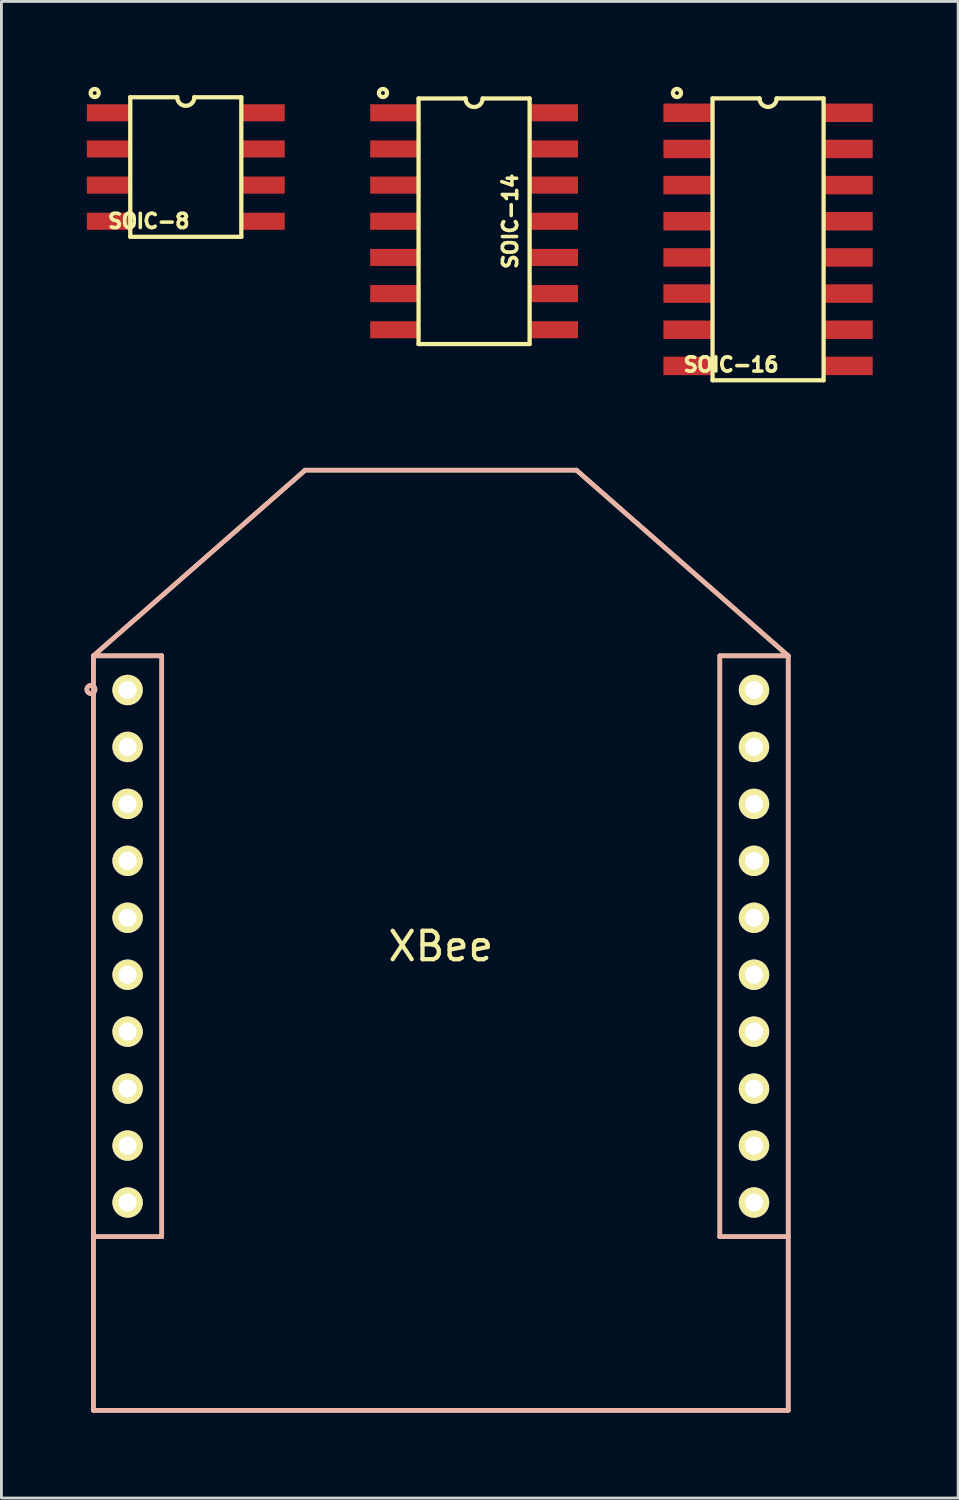
<source format=kicad_pcb>
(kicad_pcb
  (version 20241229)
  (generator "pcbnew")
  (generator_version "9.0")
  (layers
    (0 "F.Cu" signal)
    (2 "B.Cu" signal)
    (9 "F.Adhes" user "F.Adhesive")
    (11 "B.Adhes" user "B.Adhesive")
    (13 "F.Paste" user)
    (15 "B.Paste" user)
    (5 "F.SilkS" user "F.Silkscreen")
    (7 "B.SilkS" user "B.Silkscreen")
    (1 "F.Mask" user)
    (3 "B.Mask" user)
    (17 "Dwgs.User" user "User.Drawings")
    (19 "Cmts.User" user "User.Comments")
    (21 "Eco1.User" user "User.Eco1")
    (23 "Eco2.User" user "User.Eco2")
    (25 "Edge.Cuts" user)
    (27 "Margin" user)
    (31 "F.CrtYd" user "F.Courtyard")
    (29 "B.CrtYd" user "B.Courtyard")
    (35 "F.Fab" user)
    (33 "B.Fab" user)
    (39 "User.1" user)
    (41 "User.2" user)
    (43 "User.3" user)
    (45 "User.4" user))
  (footprint "SOIC-14"
    (layer "F.Cu")
    (at 13.6 4.721)
    (property "Reference" "SOIC-14" (at 1.27 0 90) (layer "F.SilkS") (effects (font (size 0.5 0.5) (thickness 0.125))))
    (attr smd)
    (fp_line (start -1.95 -4.312) (end -1.95 4.312) (stroke (width 0.15) (type solid)) (layer "F.SilkS"))
    (fp_line (start -1.95 4.312) (end 1.95 4.312) (stroke (width 0.15) (type solid)) (layer "F.SilkS"))
    (fp_line (start -0.3 -4.312) (end -1.95 -4.312) (stroke (width 0.15) (type solid)) (layer "F.SilkS"))
    (fp_line (start 0.3 -4.312) (end 1.95 -4.312) (stroke (width 0.15) (type solid)) (layer "F.SilkS"))
    (fp_line (start 1.95 4.312) (end 1.95 -4.312) (stroke (width 0.15) (type solid)) (layer "F.SilkS"))
    (fp_arc (start 0.3 -4.3125) (mid 0 -4.0125) (end -0.3 -4.3125) (stroke (width 0.15) (type solid)) (layer "F.SilkS"))
    (fp_circle (center -3.2 -4.505) (end -3.1 -4.405) (stroke (width 0.15) (type solid)) (fill no) (layer "F.SilkS"))
    (pad "1" smd rect (at -2.8 -3.81) (size 1.7 0.6) (layers "F.Cu" "F.Mask" "F.Paste"))
    (pad "2" smd rect (at -2.8 -2.54) (size 1.7 0.6) (layers "F.Cu" "F.Mask" "F.Paste"))
    (pad "3" smd rect (at -2.8 -1.27) (size 1.7 0.6) (layers "F.Cu" "F.Mask" "F.Paste"))
    (pad "4" smd rect (at -2.8 0) (size 1.7 0.6) (layers "F.Cu" "F.Mask" "F.Paste"))
    (pad "5" smd rect (at -2.8 1.27) (size 1.7 0.6) (layers "F.Cu" "F.Mask" "F.Paste"))
    (pad "6" smd rect (at -2.8 2.54) (size 1.7 0.6) (layers "F.Cu" "F.Mask" "F.Paste"))
    (pad "7" smd rect (at -2.8 3.81) (size 1.7 0.6) (layers "F.Cu" "F.Mask" "F.Paste"))
    (pad "8" smd rect (at 2.8 3.81) (size 1.7 0.6) (layers "F.Cu" "F.Mask" "F.Paste"))
    (pad "9" smd rect (at 2.8 2.54) (size 1.7 0.6) (layers "F.Cu" "F.Mask" "F.Paste"))
    (pad "10" smd rect (at 2.8 1.27) (size 1.7 0.6) (layers "F.Cu" "F.Mask" "F.Paste"))
    (pad "11" smd rect (at 2.8 0) (size 1.7 0.6) (layers "F.Cu" "F.Mask" "F.Paste"))
    (pad "12" smd rect (at 2.8 -1.27) (size 1.7 0.6) (layers "F.Cu" "F.Mask" "F.Paste"))
    (pad "13" smd rect (at 2.8 -2.54) (size 1.7 0.6) (layers "F.Cu" "F.Mask" "F.Paste"))
    (pad "14" smd rect (at 2.8 -3.81) (size 1.7 0.6) (layers "F.Cu" "F.Mask" "F.Paste")))
  (footprint "SOIC-16"
    (layer "F.Cu")
    (at 23.925 5.356)
    (property "Reference" "SOIC-16" (at -1.3 4.4 0) (layer "F.SilkS") (effects (font (size 0.5 0.5) (thickness 0.125))))
    (attr smd)
    (fp_line (start -1.95 -4.95) (end -1.95 4.95) (stroke (width 0.15) (type solid)) (layer "F.SilkS"))
    (fp_line (start -1.95 4.95) (end 1.95 4.95) (stroke (width 0.15) (type solid)) (layer "F.SilkS"))
    (fp_line (start -0.3 -4.95) (end -1.95 -4.95) (stroke (width 0.15) (type solid)) (layer "F.SilkS"))
    (fp_line (start 0.3 -4.95) (end 1.95 -4.95) (stroke (width 0.15) (type solid)) (layer "F.SilkS"))
    (fp_line (start 1.95 4.95) (end 1.95 -4.95) (stroke (width 0.15) (type solid)) (layer "F.SilkS"))
    (fp_arc (start 0.3 -4.95) (mid 0 -4.65) (end -0.3 -4.95) (stroke (width 0.15) (type solid)) (layer "F.SilkS"))
    (fp_circle (center -3.2 -5.14) (end -3.1 -5.04) (stroke (width 0.15) (type solid)) (fill no) (layer "F.SilkS"))
    (pad "1" smd rect (at -2.8 -4.445) (size 1.75 0.65) (layers "F.Cu" "F.Mask" "F.Paste"))
    (pad "2" smd rect (at -2.8 -3.175) (size 1.75 0.65) (layers "F.Cu" "F.Mask" "F.Paste"))
    (pad "3" smd rect (at -2.8 -1.905) (size 1.75 0.65) (layers "F.Cu" "F.Mask" "F.Paste"))
    (pad "4" smd rect (at -2.8 -0.635) (size 1.75 0.65) (layers "F.Cu" "F.Mask" "F.Paste"))
    (pad "5" smd rect (at -2.8 0.635) (size 1.75 0.65) (layers "F.Cu" "F.Mask" "F.Paste"))
    (pad "6" smd rect (at -2.8 1.905) (size 1.75 0.65) (layers "F.Cu" "F.Mask" "F.Paste"))
    (pad "7" smd rect (at -2.8 3.175) (size 1.75 0.65) (layers "F.Cu" "F.Mask" "F.Paste"))
    (pad "8" smd rect (at -2.8 4.445) (size 1.75 0.65) (layers "F.Cu" "F.Mask" "F.Paste"))
    (pad "9" smd rect (at 2.8 4.445) (size 1.75 0.65) (layers "F.Cu" "F.Mask" "F.Paste"))
    (pad "10" smd rect (at 2.8 3.175) (size 1.75 0.65) (layers "F.Cu" "F.Mask" "F.Paste"))
    (pad "11" smd rect (at 2.8 1.905) (size 1.75 0.65) (layers "F.Cu" "F.Mask" "F.Paste"))
    (pad "12" smd rect (at 2.8 0.635) (size 1.75 0.65) (layers "F.Cu" "F.Mask" "F.Paste"))
    (pad "13" smd rect (at 2.8 -0.635) (size 1.75 0.65) (layers "F.Cu" "F.Mask" "F.Paste"))
    (pad "14" smd rect (at 2.8 -1.905) (size 1.75 0.65) (layers "F.Cu" "F.Mask" "F.Paste"))
    (pad "15" smd rect (at 2.8 -3.175) (size 1.75 0.65) (layers "F.Cu" "F.Mask" "F.Paste"))
    (pad "16" smd rect (at 2.8 -4.445) (size 1.75 0.65) (layers "F.Cu" "F.Mask" "F.Paste")))
  (footprint "XBee"
    (layer "F.Cu")
    (at 12.431 30.183)
    (property "Reference" "XBee" (at 0 0 0) (layer "F.SilkS") (effects (font (size 1 1) (thickness 0.15))))
    (attr through_hole)
    (fp_line (start -12.2 -10.2) (end -9.8 -10.2) (stroke (width 0.16) (type solid)) (layer "F.SilkS"))
    (fp_line (start -12.2 -10.2) (end -4.763 -16.722) (stroke (width 0.16) (type solid)) (layer "F.SilkS"))
    (fp_line (start -12.2 16.298) (end -12.2 -10.2) (stroke (width 0.16) (type solid)) (layer "F.SilkS"))
    (fp_line (start -9.8 -10.2) (end -9.8 10.2) (stroke (width 0.16) (type solid)) (layer "F.SilkS"))
    (fp_line (start -9.8 10.2) (end -12.2 10.2) (stroke (width 0.16) (type solid)) (layer "F.SilkS"))
    (fp_line (start -4.763 -16.722) (end 4.763 -16.722) (stroke (width 0.16) (type solid)) (layer "F.SilkS"))
    (fp_line (start 4.763 -16.722) (end 12.2 -10.2) (stroke (width 0.16) (type solid)) (layer "F.SilkS"))
    (fp_line (start 9.8 -10.2) (end 9.8 10.2) (stroke (width 0.16) (type solid)) (layer "F.SilkS"))
    (fp_line (start 9.8 10.2) (end 12.2 10.2) (stroke (width 0.16) (type solid)) (layer "F.SilkS"))
    (fp_line (start 12.2 -10.2) (end 9.8 -10.2) (stroke (width 0.16) (type solid)) (layer "F.SilkS"))
    (fp_line (start 12.2 -10.2) (end 12.2 16.298) (stroke (width 0.16) (type solid)) (layer "F.SilkS"))
    (fp_line (start 12.2 16.298) (end -12.2 16.298) (stroke (width 0.16) (type solid)) (layer "F.SilkS"))
    (fp_circle (center -12.288 -9.017) (end -12.225 -9.017) (stroke (width 0.16) (type solid)) (fill no) (layer "F.SilkS"))
    (fp_line (start -12.2 -10.2) (end -9.8 -10.2) (stroke (width 0.16) (type solid)) (layer "B.SilkS"))
    (fp_line (start -12.2 -10.2) (end -4.763 -16.722) (stroke (width 0.16) (type solid)) (layer "B.SilkS"))
    (fp_line (start -12.2 16.298) (end -12.2 -10.2) (stroke (width 0.16) (type solid)) (layer "B.SilkS"))
    (fp_line (start -9.8 -10.2) (end -9.8 10.2) (stroke (width 0.16) (type solid)) (layer "B.SilkS"))
    (fp_line (start -9.8 10.2) (end -12.2 10.2) (stroke (width 0.16) (type solid)) (layer "B.SilkS"))
    (fp_line (start -4.763 -16.722) (end 4.763 -16.722) (stroke (width 0.16) (type solid)) (layer "B.SilkS"))
    (fp_line (start 4.763 -16.722) (end 12.2 -10.2) (stroke (width 0.16) (type solid)) (layer "B.SilkS"))
    (fp_line (start 9.8 -10.2) (end 9.8 10.2) (stroke (width 0.16) (type solid)) (layer "B.SilkS"))
    (fp_line (start 9.8 10.2) (end 12.2 10.2) (stroke (width 0.16) (type solid)) (layer "B.SilkS"))
    (fp_line (start 12.2 -10.2) (end 9.8 -10.2) (stroke (width 0.16) (type solid)) (layer "B.SilkS"))
    (fp_line (start 12.2 -10.2) (end 12.2 16.298) (stroke (width 0.16) (type solid)) (layer "B.SilkS"))
    (fp_line (start 12.2 16.298) (end -12.2 16.298) (stroke (width 0.16) (type solid)) (layer "B.SilkS"))
    (fp_circle (center -12.288 -9.017) (end -12.225 -9.017) (stroke (width 0.16) (type solid)) (fill no) (layer "B.SilkS"))
    (pad "1" thru_hole circle (at -11 -9) (size 1.067 1.067) (drill 0.635) (layers "*.Cu" "*.Mask" "F.SilkS"))
    (pad "2" thru_hole circle (at -11 -7) (size 1.067 1.067) (drill 0.635) (layers "*.Cu" "*.Mask" "F.SilkS"))
    (pad "3" thru_hole circle (at -11 -5) (size 1.067 1.067) (drill 0.635) (layers "*.Cu" "*.Mask" "F.SilkS"))
    (pad "4" thru_hole circle (at -11 -3) (size 1.067 1.067) (drill 0.635) (layers "*.Cu" "*.Mask" "F.SilkS"))
    (pad "5" thru_hole circle (at -11 -1) (size 1.067 1.067) (drill 0.635) (layers "*.Cu" "*.Mask" "F.SilkS"))
    (pad "6" thru_hole circle (at -11 1) (size 1.067 1.067) (drill 0.635) (layers "*.Cu" "*.Mask" "F.SilkS"))
    (pad "7" thru_hole circle (at -11 3) (size 1.067 1.067) (drill 0.635) (layers "*.Cu" "*.Mask" "F.SilkS"))
    (pad "8" thru_hole circle (at -11 5) (size 1.067 1.067) (drill 0.635) (layers "*.Cu" "*.Mask" "F.SilkS"))
    (pad "9" thru_hole circle (at -11 7) (size 1.067 1.067) (drill 0.635) (layers "*.Cu" "*.Mask" "F.SilkS"))
    (pad "10" thru_hole circle (at -11 9) (size 1.067 1.067) (drill 0.635) (layers "*.Cu" "*.Mask" "F.SilkS"))
    (pad "11" thru_hole circle (at 11 9) (size 1.067 1.067) (drill 0.635) (layers "*.Cu" "*.Mask" "F.SilkS"))
    (pad "12" thru_hole circle (at 11 7) (size 1.067 1.067) (drill 0.635) (layers "*.Cu" "*.Mask" "F.SilkS"))
    (pad "13" thru_hole circle (at 11 5) (size 1.067 1.067) (drill 0.635) (layers "*.Cu" "*.Mask" "F.SilkS"))
    (pad "14" thru_hole circle (at 11 3) (size 1.067 1.067) (drill 0.635) (layers "*.Cu" "*.Mask" "F.SilkS"))
    (pad "15" thru_hole circle (at 11 1) (size 1.067 1.067) (drill 0.635) (layers "*.Cu" "*.Mask" "F.SilkS"))
    (pad "16" thru_hole circle (at 11 -1) (size 1.067 1.067) (drill 0.635) (layers "*.Cu" "*.Mask" "F.SilkS"))
    (pad "17" thru_hole circle (at 11 -3) (size 1.067 1.067) (drill 0.635) (layers "*.Cu" "*.Mask" "F.SilkS"))
    (pad "18" thru_hole circle (at 11 -5) (size 1.067 1.067) (drill 0.635) (layers "*.Cu" "*.Mask" "F.SilkS"))
    (pad "19" thru_hole circle (at 11 -7) (size 1.067 1.067) (drill 0.635) (layers "*.Cu" "*.Mask" "F.SilkS"))
    (pad "20" thru_hole circle (at 11 -9) (size 1.067 1.067) (drill 0.635) (layers "*.Cu" "*.Mask" "F.SilkS")))
  (footprint "SOIC-8"
    (layer "F.Cu")
    (at 3.475 2.816)
    (property "Reference" "SOIC-8" (at -1.3 1.9 0) (layer "F.SilkS") (effects (font (size 0.5 0.5) (thickness 0.125))))
    (attr through_hole)
    (fp_line (start -1.95 -2.45) (end -0.3 -2.45) (stroke (width 0.15) (type solid)) (layer "F.SilkS"))
    (fp_line (start -1.95 2.45) (end -1.95 -2.45) (stroke (width 0.15) (type solid)) (layer "F.SilkS"))
    (fp_line (start 0.3 -2.45) (end 1.95 -2.45) (stroke (width 0.15) (type solid)) (layer "F.SilkS"))
    (fp_line (start 1.95 -2.45) (end 1.95 2.45) (stroke (width 0.15) (type solid)) (layer "F.SilkS"))
    (fp_line (start 1.95 2.45) (end -1.95 2.45) (stroke (width 0.15) (type solid)) (layer "F.SilkS"))
    (fp_arc (start 0.3 -2.45) (mid 0 -2.15) (end -0.3 -2.45) (stroke (width 0.15) (type solid)) (layer "F.SilkS"))
    (fp_circle (center -3.2 -2.6) (end -3.1 -2.5) (stroke (width 0.15) (type solid)) (fill no) (layer "F.SilkS"))
    (pad "1" smd rect (at -2.7 -1.905) (size 1.55 0.6) (layers "F.Cu" "F.Mask" "F.Paste"))
    (pad "2" smd rect (at -2.7 -0.635) (size 1.55 0.6) (layers "F.Cu" "F.Mask" "F.Paste"))
    (pad "3" smd rect (at -2.7 0.635) (size 1.55 0.6) (layers "F.Cu" "F.Mask" "F.Paste"))
    (pad "4" smd rect (at -2.7 1.905) (size 1.55 0.6) (layers "F.Cu" "F.Mask" "F.Paste"))
    (pad "5" smd rect (at 2.7 1.905) (size 1.55 0.6) (layers "F.Cu" "F.Mask" "F.Paste"))
    (pad "6" smd rect (at 2.7 0.635) (size 1.55 0.6) (layers "F.Cu" "F.Mask" "F.Paste"))
    (pad "7" smd rect (at 2.7 -0.635) (size 1.55 0.6) (layers "F.Cu" "F.Mask" "F.Paste"))
    (pad "8" smd rect (at 2.7 -1.905) (size 1.55 0.6) (layers "F.Cu" "F.Mask" "F.Paste")))
  (gr_rect
    (start -3 -3)
    (end 30.6 49.561)
    (stroke (width 0.1) (type default))
    (fill no)
    (layer "Edge.Cuts")))
</source>
